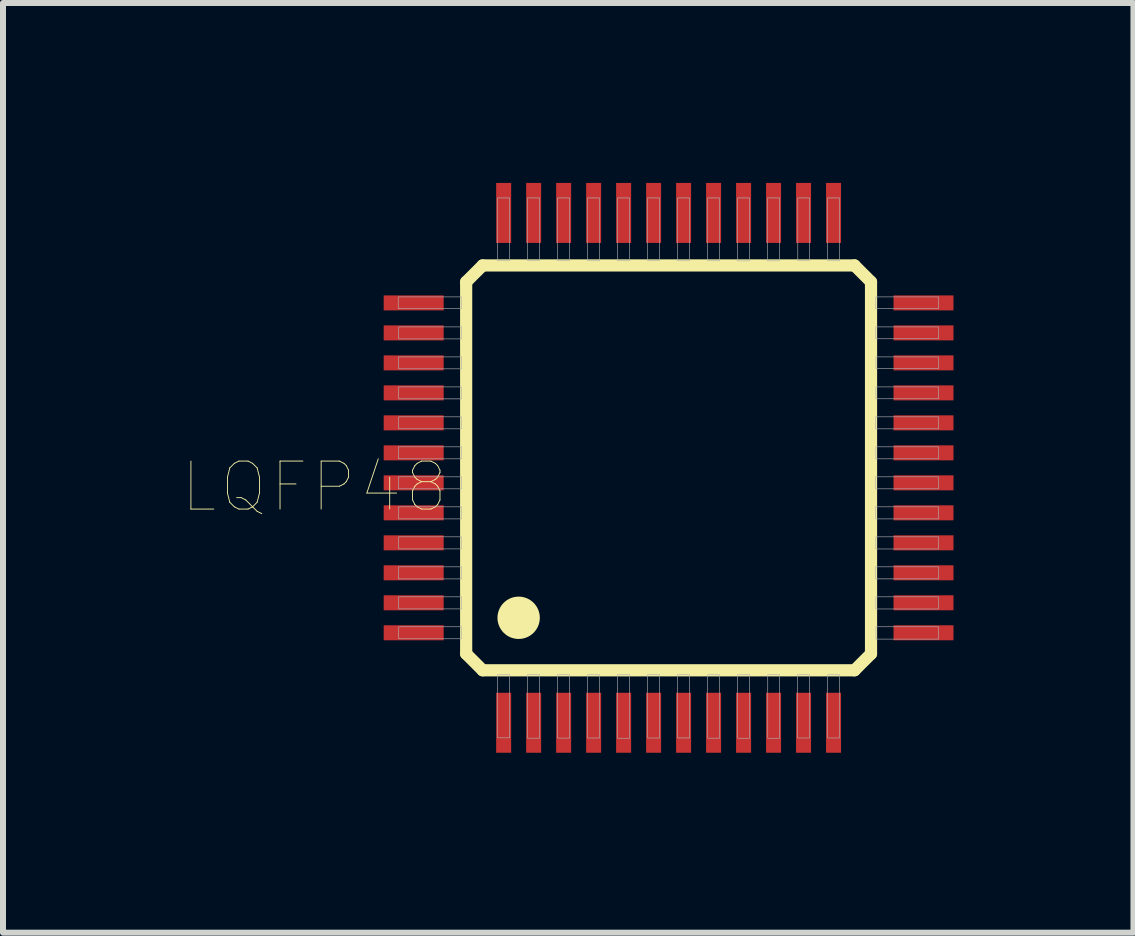
<source format=kicad_pcb>
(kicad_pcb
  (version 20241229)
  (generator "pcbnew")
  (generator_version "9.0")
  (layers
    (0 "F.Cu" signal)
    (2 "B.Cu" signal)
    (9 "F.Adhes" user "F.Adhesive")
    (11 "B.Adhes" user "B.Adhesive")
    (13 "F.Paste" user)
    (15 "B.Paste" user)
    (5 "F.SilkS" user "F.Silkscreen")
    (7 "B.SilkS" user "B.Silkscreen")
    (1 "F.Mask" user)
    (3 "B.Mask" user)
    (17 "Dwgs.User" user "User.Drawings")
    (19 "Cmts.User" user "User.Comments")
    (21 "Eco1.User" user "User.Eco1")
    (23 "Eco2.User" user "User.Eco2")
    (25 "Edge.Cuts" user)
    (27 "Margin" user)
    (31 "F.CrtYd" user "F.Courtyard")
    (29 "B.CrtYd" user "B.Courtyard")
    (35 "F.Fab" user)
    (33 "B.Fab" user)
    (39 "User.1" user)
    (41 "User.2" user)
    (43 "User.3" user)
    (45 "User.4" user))
  (footprint "LQFP48"
    (layer "F.Cu")
    (at 8.097 4.75)
    (property "Reference" "LQFP48" (at -5.907 0.318 180) (layer "F.SilkS") (effects (font (size 0.8 0.8) (thickness 0.015))))
    (attr through_hole)
    (fp_line (start -3.375 -3.1) (end -3.1 -3.375) (stroke (width 0.203) (type solid)) (layer "F.SilkS"))
    (fp_line (start -3.375 3.1) (end -3.375 -3.1) (stroke (width 0.203) (type solid)) (layer "F.SilkS"))
    (fp_line (start -3.1 -3.375) (end 3.1 -3.375) (stroke (width 0.203) (type solid)) (layer "F.SilkS"))
    (fp_line (start -3.1 3.375) (end -3.375 3.1) (stroke (width 0.203) (type solid)) (layer "F.SilkS"))
    (fp_line (start 3.1 -3.375) (end 3.375 -3.1) (stroke (width 0.203) (type solid)) (layer "F.SilkS"))
    (fp_line (start 3.1 3.375) (end -3.1 3.375) (stroke (width 0.203) (type solid)) (layer "F.SilkS"))
    (fp_line (start 3.375 -3.1) (end 3.375 3.1) (stroke (width 0.203) (type solid)) (layer "F.SilkS"))
    (fp_line (start 3.375 3.1) (end 3.1 3.375) (stroke (width 0.203) (type solid)) (layer "F.SilkS"))
    (fp_circle (center -2.5 2.5) (end -2.147 2.5) (stroke (width 0) (type solid)) (fill yes) (layer "F.SilkS"))
    (fp_poly (pts (xy -4.508 -2.85) (xy -3.45 -2.85) (xy -3.45 -2.654) (xy -4.508 -2.654)) (stroke (width 0.01) (type solid)) (fill no) (layer "F.Fab"))
    (fp_poly (pts (xy -4.506 -0.35) (xy -3.45 -0.35) (xy -3.45 -0.15) (xy -4.506 -0.15)) (stroke (width 0.01) (type solid)) (fill no) (layer "F.Fab"))
    (fp_poly (pts (xy -4.505 0.65) (xy -3.45 0.65) (xy -3.45 0.851) (xy -4.505 0.851)) (stroke (width 0.01) (type solid)) (fill no) (layer "F.Fab"))
    (fp_poly (pts (xy -4.505 0.15) (xy -3.45 0.15) (xy -3.45 0.35) (xy -4.505 0.35)) (stroke (width 0.01) (type solid)) (fill no) (layer "F.Fab"))
    (fp_poly (pts (xy -4.504 1.65) (xy -3.45 1.65) (xy -3.45 1.852) (xy -4.504 1.852)) (stroke (width 0.01) (type solid)) (fill no) (layer "F.Fab"))
    (fp_poly (pts (xy -4.504 -1.85) (xy -3.45 -1.85) (xy -3.45 -1.651) (xy -4.504 -1.651)) (stroke (width 0.01) (type solid)) (fill no) (layer "F.Fab"))
    (fp_poly (pts (xy -4.504 2.15) (xy -3.45 2.15) (xy -3.45 2.352) (xy -4.504 2.352)) (stroke (width 0.01) (type solid)) (fill no) (layer "F.Fab"))
    (fp_poly (pts (xy -4.502 -0.85) (xy -3.45 -0.85) (xy -3.45 -0.65) (xy -4.502 -0.65)) (stroke (width 0.01) (type solid)) (fill no) (layer "F.Fab"))
    (fp_poly (pts (xy -4.502 1.15) (xy -3.45 1.15) (xy -3.45 1.351) (xy -4.502 1.351)) (stroke (width 0.01) (type solid)) (fill no) (layer "F.Fab"))
    (fp_poly (pts (xy -4.501 -1.35) (xy -3.45 -1.35) (xy -3.45 -1.15) (xy -4.501 -1.15)) (stroke (width 0.01) (type solid)) (fill no) (layer "F.Fab"))
    (fp_poly (pts (xy -4.501 2.65) (xy -3.45 2.65) (xy -3.45 2.85) (xy -4.501 2.85)) (stroke (width 0.01) (type solid)) (fill no) (layer "F.Fab"))
    (fp_poly (pts (xy -4.5 -2.35) (xy -3.45 -2.35) (xy -3.45 -2.15) (xy -4.5 -2.15)) (stroke (width 0.01) (type solid)) (fill no) (layer "F.Fab"))
    (fp_poly (pts (xy -2.853 -4.5) (xy -2.65 -4.5) (xy -2.65 -3.453) (xy -2.853 -3.453)) (stroke (width 0.01) (type solid)) (fill no) (layer "F.Fab"))
    (fp_poly (pts (xy -2.851 3.45) (xy -2.65 3.45) (xy -2.65 4.501) (xy -2.851 4.501)) (stroke (width 0.01) (type solid)) (fill no) (layer "F.Fab"))
    (fp_poly (pts (xy -2.354 3.45) (xy -2.15 3.45) (xy -2.15 4.507) (xy -2.354 4.507)) (stroke (width 0.01) (type solid)) (fill no) (layer "F.Fab"))
    (fp_poly (pts (xy -2.353 -4.5) (xy -2.15 -4.5) (xy -2.15 -3.455) (xy -2.353 -3.455)) (stroke (width 0.01) (type solid)) (fill no) (layer "F.Fab"))
    (fp_poly (pts (xy -1.852 3.45) (xy -1.65 3.45) (xy -1.65 4.506) (xy -1.852 4.506)) (stroke (width 0.01) (type solid)) (fill no) (layer "F.Fab"))
    (fp_poly (pts (xy -1.852 -4.5) (xy -1.65 -4.5) (xy -1.65 -3.454) (xy -1.852 -3.454)) (stroke (width 0.01) (type solid)) (fill no) (layer "F.Fab"))
    (fp_poly (pts (xy -1.351 3.45) (xy -1.15 3.45) (xy -1.15 4.505) (xy -1.351 4.505)) (stroke (width 0.01) (type solid)) (fill no) (layer "F.Fab"))
    (fp_poly (pts (xy -1.351 -4.5) (xy -1.15 -4.5) (xy -1.15 -3.453) (xy -1.351 -3.453)) (stroke (width 0.01) (type solid)) (fill no) (layer "F.Fab"))
    (fp_poly (pts (xy -0.852 3.45) (xy -0.65 3.45) (xy -0.65 4.508) (xy -0.852 4.508)) (stroke (width 0.01) (type solid)) (fill no) (layer "F.Fab"))
    (fp_poly (pts (xy -0.851 -4.5) (xy -0.65 -4.5) (xy -0.65 -3.453) (xy -0.851 -3.453)) (stroke (width 0.01) (type solid)) (fill no) (layer "F.Fab"))
    (fp_poly (pts (xy -0.351 -4.5) (xy -0.15 -4.5) (xy -0.15 -3.457) (xy -0.351 -3.457)) (stroke (width 0.01) (type solid)) (fill no) (layer "F.Fab"))
    (fp_poly (pts (xy -0.35 3.45) (xy -0.15 3.45) (xy -0.15 4.505) (xy -0.35 4.505)) (stroke (width 0.01) (type solid)) (fill no) (layer "F.Fab"))
    (fp_poly (pts (xy 0.15 -4.5) (xy 0.35 -4.5) (xy 0.35 -3.452) (xy 0.15 -3.452)) (stroke (width 0.01) (type solid)) (fill no) (layer "F.Fab"))
    (fp_poly (pts (xy 0.15 3.45) (xy 0.35 3.45) (xy 0.35 4.503) (xy 0.15 4.503)) (stroke (width 0.01) (type solid)) (fill no) (layer "F.Fab"))
    (fp_poly (pts (xy 0.651 -4.5) (xy 0.85 -4.5) (xy 0.85 -3.453) (xy 0.651 -3.453)) (stroke (width 0.01) (type solid)) (fill no) (layer "F.Fab"))
    (fp_poly (pts (xy 0.651 3.45) (xy 0.85 3.45) (xy 0.85 4.507) (xy 0.651 4.507)) (stroke (width 0.01) (type solid)) (fill no) (layer "F.Fab"))
    (fp_poly (pts (xy 1.15 -4.5) (xy 1.35 -4.5) (xy 1.35 -3.45) (xy 1.15 -3.45)) (stroke (width 0.01) (type solid)) (fill no) (layer "F.Fab"))
    (fp_poly (pts (xy 1.152 3.45) (xy 1.35 3.45) (xy 1.35 4.508) (xy 1.152 4.508)) (stroke (width 0.01) (type solid)) (fill no) (layer "F.Fab"))
    (fp_poly (pts (xy 1.65 -4.5) (xy 1.85 -4.5) (xy 1.85 -3.451) (xy 1.65 -3.451)) (stroke (width 0.01) (type solid)) (fill no) (layer "F.Fab"))
    (fp_poly (pts (xy 1.653 3.45) (xy 1.85 3.45) (xy 1.85 4.508) (xy 1.653 4.508)) (stroke (width 0.01) (type solid)) (fill no) (layer "F.Fab"))
    (fp_poly (pts (xy 2.152 3.45) (xy 2.35 3.45) (xy 2.35 4.504) (xy 2.152 4.504)) (stroke (width 0.01) (type solid)) (fill no) (layer "F.Fab"))
    (fp_poly (pts (xy 2.154 -4.5) (xy 2.35 -4.5) (xy 2.35 -3.456) (xy 2.154 -3.456)) (stroke (width 0.01) (type solid)) (fill no) (layer "F.Fab"))
    (fp_poly (pts (xy 2.652 -4.5) (xy 2.85 -4.5) (xy 2.85 -3.453) (xy 2.652 -3.453)) (stroke (width 0.01) (type solid)) (fill no) (layer "F.Fab"))
    (fp_poly (pts (xy 2.652 3.45) (xy 2.85 3.45) (xy 2.85 4.504) (xy 2.652 4.504)) (stroke (width 0.01) (type solid)) (fill no) (layer "F.Fab"))
    (fp_poly (pts (xy 3.451 -0.85) (xy 4.5 -0.85) (xy 4.5 -0.65) (xy 3.451 -0.65)) (stroke (width 0.01) (type solid)) (fill no) (layer "F.Fab"))
    (fp_poly (pts (xy 3.452 0.15) (xy 4.5 0.15) (xy 4.5 0.35) (xy 3.452 0.35)) (stroke (width 0.01) (type solid)) (fill no) (layer "F.Fab"))
    (fp_poly (pts (xy 3.452 0.65) (xy 4.5 0.65) (xy 4.5 0.851) (xy 3.452 0.851)) (stroke (width 0.01) (type solid)) (fill no) (layer "F.Fab"))
    (fp_poly (pts (xy 3.452 1.65) (xy 4.5 1.65) (xy 4.5 1.851) (xy 3.452 1.851)) (stroke (width 0.01) (type solid)) (fill no) (layer "F.Fab"))
    (fp_poly (pts (xy 3.454 -2.85) (xy 4.5 -2.85) (xy 4.5 -2.653) (xy 3.454 -2.653)) (stroke (width 0.01) (type solid)) (fill no) (layer "F.Fab"))
    (fp_poly (pts (xy 3.454 -2.35) (xy 4.5 -2.35) (xy 4.5 -2.152) (xy 3.454 -2.152)) (stroke (width 0.01) (type solid)) (fill no) (layer "F.Fab"))
    (fp_poly (pts (xy 3.455 2.15) (xy 4.5 2.15) (xy 4.5 2.353) (xy 3.455 2.353)) (stroke (width 0.01) (type solid)) (fill no) (layer "F.Fab"))
    (fp_poly (pts (xy 3.455 1.15) (xy 4.5 1.15) (xy 4.5 1.352) (xy 3.455 1.352)) (stroke (width 0.01) (type solid)) (fill no) (layer "F.Fab"))
    (fp_poly (pts (xy 3.455 -0.35) (xy 4.5 -0.35) (xy 4.5 -0.15) (xy 3.455 -0.15)) (stroke (width 0.01) (type solid)) (fill no) (layer "F.Fab"))
    (fp_poly (pts (xy 3.456 -1.35) (xy 4.5 -1.35) (xy 4.5 -1.152) (xy 3.456 -1.152)) (stroke (width 0.01) (type solid)) (fill no) (layer "F.Fab"))
    (fp_poly (pts (xy 3.457 2.65) (xy 4.5 2.65) (xy 4.5 2.855) (xy 3.457 2.855)) (stroke (width 0.01) (type solid)) (fill no) (layer "F.Fab"))
    (fp_poly (pts (xy 3.457 -1.85) (xy 4.5 -1.85) (xy 4.5 -1.653) (xy 3.457 -1.653)) (stroke (width 0.01) (type solid)) (fill no) (layer "F.Fab"))
    (pad "1" smd rect (at -2.75 4.25) (size 0.25 1) (layers "F.Cu" "F.Mask" "F.Paste"))
    (pad "2" smd rect (at -2.25 4.25) (size 0.25 1) (layers "F.Cu" "F.Mask" "F.Paste"))
    (pad "3" smd rect (at -1.75 4.25) (size 0.25 1) (layers "F.Cu" "F.Mask" "F.Paste"))
    (pad "4" smd rect (at -1.25 4.25) (size 0.25 1) (layers "F.Cu" "F.Mask" "F.Paste"))
    (pad "5" smd rect (at -0.75 4.25) (size 0.25 1) (layers "F.Cu" "F.Mask" "F.Paste"))
    (pad "6" smd rect (at -0.25 4.25) (size 0.25 1) (layers "F.Cu" "F.Mask" "F.Paste"))
    (pad "7" smd rect (at 0.25 4.25) (size 0.25 1) (layers "F.Cu" "F.Mask" "F.Paste"))
    (pad "8" smd rect (at 0.75 4.25) (size 0.25 1) (layers "F.Cu" "F.Mask" "F.Paste"))
    (pad "9" smd rect (at 1.25 4.25) (size 0.25 1) (layers "F.Cu" "F.Mask" "F.Paste"))
    (pad "10" smd rect (at 1.75 4.25) (size 0.25 1) (layers "F.Cu" "F.Mask" "F.Paste"))
    (pad "11" smd rect (at 2.25 4.25) (size 0.25 1) (layers "F.Cu" "F.Mask" "F.Paste"))
    (pad "12" smd rect (at 2.75 4.25) (size 0.25 1) (layers "F.Cu" "F.Mask" "F.Paste"))
    (pad "13" smd rect (at 4.25 2.75) (size 1 0.25) (layers "F.Cu" "F.Mask" "F.Paste"))
    (pad "14" smd rect (at 4.25 2.25) (size 1 0.25) (layers "F.Cu" "F.Mask" "F.Paste"))
    (pad "15" smd rect (at 4.25 1.75) (size 1 0.25) (layers "F.Cu" "F.Mask" "F.Paste"))
    (pad "16" smd rect (at 4.25 1.25) (size 1 0.25) (layers "F.Cu" "F.Mask" "F.Paste"))
    (pad "17" smd rect (at 4.25 0.75) (size 1 0.25) (layers "F.Cu" "F.Mask" "F.Paste"))
    (pad "18" smd rect (at 4.25 0.25) (size 1 0.25) (layers "F.Cu" "F.Mask" "F.Paste"))
    (pad "19" smd rect (at 4.25 -0.25) (size 1 0.25) (layers "F.Cu" "F.Mask" "F.Paste"))
    (pad "20" smd rect (at 4.25 -0.75) (size 1 0.25) (layers "F.Cu" "F.Mask" "F.Paste"))
    (pad "21" smd rect (at 4.25 -1.25) (size 1 0.25) (layers "F.Cu" "F.Mask" "F.Paste"))
    (pad "22" smd rect (at 4.25 -1.75) (size 1 0.25) (layers "F.Cu" "F.Mask" "F.Paste"))
    (pad "23" smd rect (at 4.25 -2.25) (size 1 0.25) (layers "F.Cu" "F.Mask" "F.Paste"))
    (pad "24" smd rect (at 4.25 -2.75) (size 1 0.25) (layers "F.Cu" "F.Mask" "F.Paste"))
    (pad "25" smd rect (at 2.75 -4.25) (size 0.25 1) (layers "F.Cu" "F.Mask" "F.Paste"))
    (pad "26" smd rect (at 2.25 -4.25) (size 0.25 1) (layers "F.Cu" "F.Mask" "F.Paste"))
    (pad "27" smd rect (at 1.75 -4.25) (size 0.25 1) (layers "F.Cu" "F.Mask" "F.Paste"))
    (pad "28" smd rect (at 1.25 -4.25) (size 0.25 1) (layers "F.Cu" "F.Mask" "F.Paste"))
    (pad "29" smd rect (at 0.75 -4.25) (size 0.25 1) (layers "F.Cu" "F.Mask" "F.Paste"))
    (pad "30" smd rect (at 0.25 -4.25) (size 0.25 1) (layers "F.Cu" "F.Mask" "F.Paste"))
    (pad "31" smd rect (at -0.25 -4.25) (size 0.25 1) (layers "F.Cu" "F.Mask" "F.Paste"))
    (pad "32" smd rect (at -0.75 -4.25) (size 0.25 1) (layers "F.Cu" "F.Mask" "F.Paste"))
    (pad "33" smd rect (at -1.25 -4.25) (size 0.25 1) (layers "F.Cu" "F.Mask" "F.Paste"))
    (pad "34" smd rect (at -1.75 -4.25) (size 0.25 1) (layers "F.Cu" "F.Mask" "F.Paste"))
    (pad "35" smd rect (at -2.25 -4.25) (size 0.25 1) (layers "F.Cu" "F.Mask" "F.Paste"))
    (pad "36" smd rect (at -2.75 -4.25) (size 0.25 1) (layers "F.Cu" "F.Mask" "F.Paste"))
    (pad "37" smd rect (at -4.25 -2.75) (size 1 0.25) (layers "F.Cu" "F.Mask" "F.Paste"))
    (pad "38" smd rect (at -4.25 -2.25) (size 1 0.25) (layers "F.Cu" "F.Mask" "F.Paste"))
    (pad "39" smd rect (at -4.25 -1.75) (size 1 0.25) (layers "F.Cu" "F.Mask" "F.Paste"))
    (pad "40" smd rect (at -4.25 -1.25) (size 1 0.25) (layers "F.Cu" "F.Mask" "F.Paste"))
    (pad "41" smd rect (at -4.25 -0.75) (size 1 0.25) (layers "F.Cu" "F.Mask" "F.Paste"))
    (pad "42" smd rect (at -4.25 -0.25) (size 1 0.25) (layers "F.Cu" "F.Mask" "F.Paste"))
    (pad "43" smd rect (at -4.25 0.25) (size 1 0.25) (layers "F.Cu" "F.Mask" "F.Paste"))
    (pad "44" smd rect (at -4.25 0.75) (size 1 0.25) (layers "F.Cu" "F.Mask" "F.Paste"))
    (pad "45" smd rect (at -4.25 1.25) (size 1 0.25) (layers "F.Cu" "F.Mask" "F.Paste"))
    (pad "46" smd rect (at -4.25 1.75) (size 1 0.25) (layers "F.Cu" "F.Mask" "F.Paste"))
    (pad "47" smd rect (at -4.25 2.25) (size 1 0.25) (layers "F.Cu" "F.Mask" "F.Paste"))
    (pad "48" smd rect (at -4.25 2.75) (size 1 0.25) (layers "F.Cu" "F.Mask" "F.Paste")))
  (gr_rect
    (start -3 -3)
    (end 15.847 12.5)
    (stroke (width 0.1) (type default))
    (fill no)
    (layer "Edge.Cuts")))
</source>
